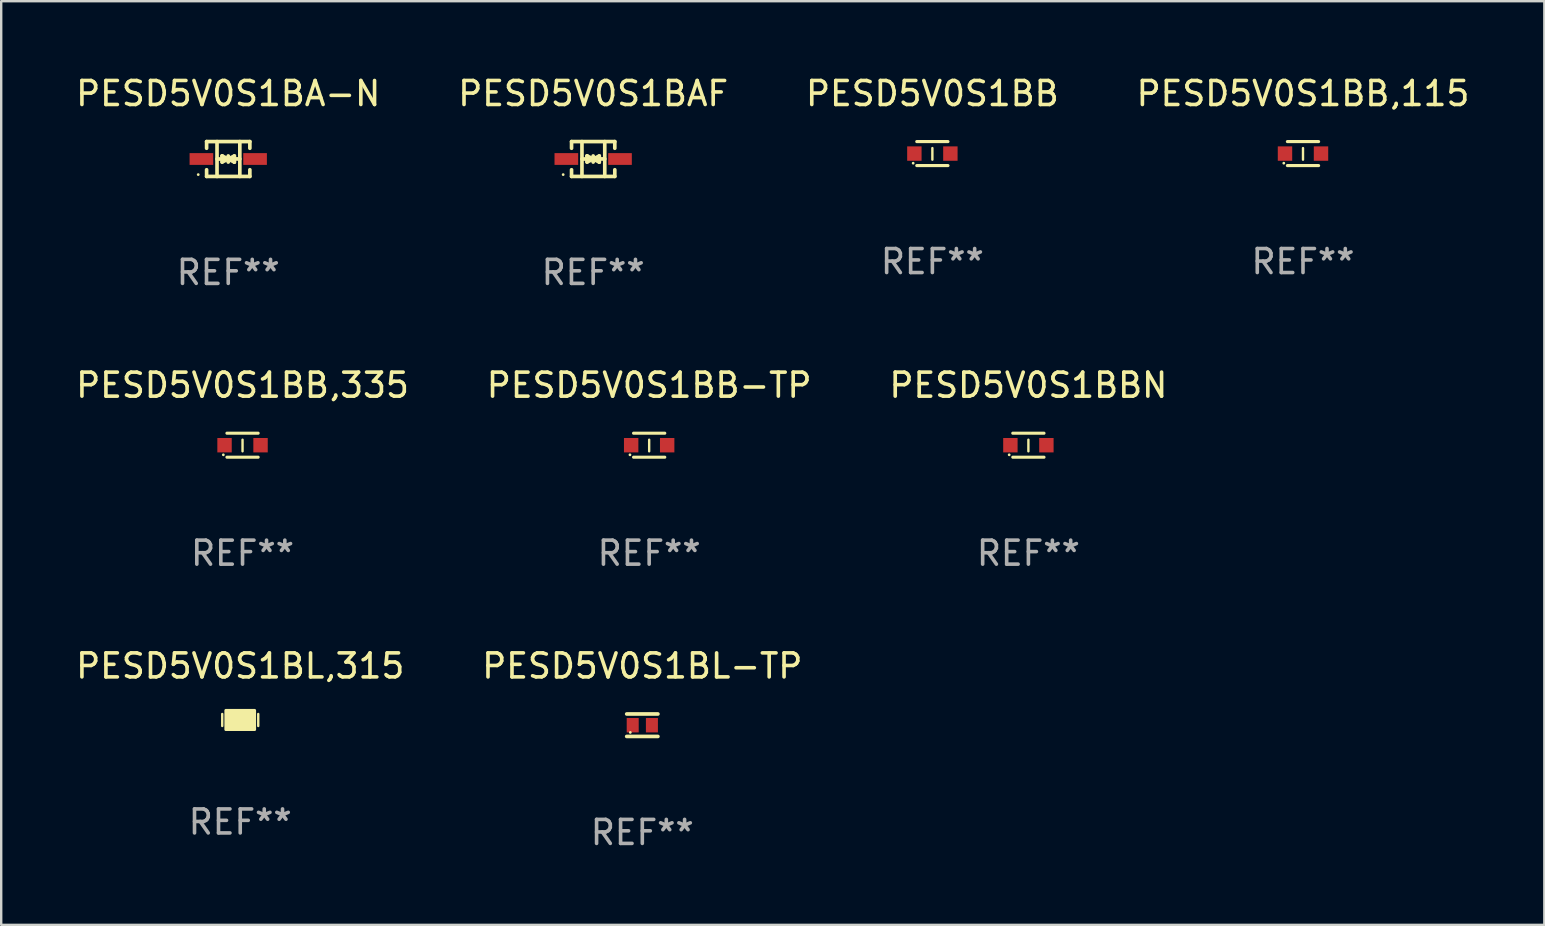
<source format=kicad_pcb>
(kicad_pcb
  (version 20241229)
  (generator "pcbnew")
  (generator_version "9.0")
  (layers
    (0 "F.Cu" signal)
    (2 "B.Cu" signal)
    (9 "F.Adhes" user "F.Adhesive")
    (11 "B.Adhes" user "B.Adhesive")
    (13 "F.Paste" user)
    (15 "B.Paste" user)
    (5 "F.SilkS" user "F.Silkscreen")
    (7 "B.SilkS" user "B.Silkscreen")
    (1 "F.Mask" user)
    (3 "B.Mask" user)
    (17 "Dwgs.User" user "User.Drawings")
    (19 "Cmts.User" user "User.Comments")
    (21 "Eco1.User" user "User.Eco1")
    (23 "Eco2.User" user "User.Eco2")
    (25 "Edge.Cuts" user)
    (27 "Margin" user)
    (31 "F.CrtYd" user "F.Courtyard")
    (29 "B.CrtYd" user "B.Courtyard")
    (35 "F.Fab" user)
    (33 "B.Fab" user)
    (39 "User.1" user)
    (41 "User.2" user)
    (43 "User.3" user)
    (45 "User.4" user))
  (footprint "PESD5V0S1BB,115"
    (layer "F.Cu")
    (at 51.232 3.348)
    (property "Reference" "PESD5V0S1BB,115" (at 0 -2.5 0) (layer "F.SilkS") (effects (font (size 1 1) (thickness 0.15))))
    (attr through_hole)
    (fp_line (start -0.65 -0.5) (end 0.65 -0.5) (stroke (width 0.13) (type solid)) (layer "F.SilkS"))
    (fp_line (start -0.65 0.5) (end 0.65 0.5) (stroke (width 0.13) (type solid)) (layer "F.SilkS"))
    (fp_line (start 0 -0.229) (end 0 0.254) (stroke (width 0.1) (type solid)) (layer "F.SilkS"))
    (fp_circle (center -0.8 0.4) (end -0.77 0.4) (stroke (width 0.06) (type solid)) (fill no) (layer "F.SilkS"))
    (fp_text user "REF**" (at 0 4.5 0) (layer "F.Fab") (effects (font (size 1 1) (thickness 0.15))))
    (pad "1" smd rect (at -0.75 0) (size 0.6 0.6) (layers "F.Cu" "F.Mask" "F.Paste"))
    (pad "2" smd rect (at 0.75 0 180) (size 0.6 0.6) (layers "F.Cu" "F.Mask" "F.Paste")))
  (footprint "PESD5V0S1BL,315"
    (layer "F.Cu")
    (at 6.958 26.944)
    (property "Reference" "PESD5V0S1BL,315" (at 0 -2.25 0) (layer "F.SilkS") (effects (font (size 1 1) (thickness 0.15))))
    (attr through_hole)
    (fp_line (start -0.75 0.25) (end -0.75 -0.25) (stroke (width 0.1) (type solid)) (layer "F.SilkS"))
    (fp_line (start 0.75 -0.25) (end 0.75 0.25) (stroke (width 0.1) (type solid)) (layer "F.SilkS"))
    (fp_circle (center -0.5 0.3) (end -0.47 0.3) (stroke (width 0.06) (type solid)) (fill no) (layer "F.SilkS"))
    (fp_poly (pts (xy -0.6 -0.4) (xy 0.6 -0.4) (xy 0.6 0.4) (xy -0.6 0.4)) (stroke (width 0.12) (type solid)) (fill yes) (layer "F.SilkS"))
    (fp_text user "REF**" (at 0 4.25 0) (layer "F.Fab") (effects (font (size 1 1) (thickness 0.15))))
    (pad "1" smd rect (at -0.325 -0.000013) (size 0.3 0.6) (layers "F.Cu" "F.Mask" "F.Paste"))
    (pad "2" smd rect (at 0.325 -0.000013) (size 0.3 0.6) (layers "F.Cu" "F.Mask" "F.Paste")))
  (footprint "PESD5V0S1BB"
    (layer "F.Cu")
    (at 35.792 3.348)
    (property "Reference" "PESD5V0S1BB" (at 0 -2.5 0) (layer "F.SilkS") (effects (font (size 1 1) (thickness 0.15))))
    (attr through_hole)
    (fp_line (start -0.65 -0.5) (end 0.65 -0.5) (stroke (width 0.13) (type solid)) (layer "F.SilkS"))
    (fp_line (start -0.65 0.5) (end 0.65 0.5) (stroke (width 0.13) (type solid)) (layer "F.SilkS"))
    (fp_line (start 0 -0.229) (end 0 0.254) (stroke (width 0.1) (type solid)) (layer "F.SilkS"))
    (fp_circle (center -0.8 0.4) (end -0.77 0.4) (stroke (width 0.06) (type solid)) (fill no) (layer "F.SilkS"))
    (fp_text user "REF**" (at 0 4.5 0) (layer "F.Fab") (effects (font (size 1 1) (thickness 0.15))))
    (pad "1" smd rect (at -0.75 0) (size 0.6 0.6) (layers "F.Cu" "F.Mask" "F.Paste"))
    (pad "2" smd rect (at 0.75 0 180) (size 0.6 0.6) (layers "F.Cu" "F.Mask" "F.Paste")))
  (footprint "PESD5V0S1BB-TP"
    (layer "F.Cu")
    (at 23.994 15.497)
    (property "Reference" "PESD5V0S1BB-TP" (at 0 -2.5 0) (layer "F.SilkS") (effects (font (size 1 1) (thickness 0.15))))
    (attr through_hole)
    (fp_line (start -0.65 -0.5) (end 0.65 -0.5) (stroke (width 0.13) (type solid)) (layer "F.SilkS"))
    (fp_line (start -0.65 0.5) (end 0.65 0.5) (stroke (width 0.13) (type solid)) (layer "F.SilkS"))
    (fp_line (start 0 -0.229) (end 0 0.254) (stroke (width 0.1) (type solid)) (layer "F.SilkS"))
    (fp_circle (center -0.8 0.4) (end -0.77 0.4) (stroke (width 0.06) (type solid)) (fill no) (layer "F.SilkS"))
    (fp_text user "REF**" (at 0 4.5 0) (layer "F.Fab") (effects (font (size 1 1) (thickness 0.15))))
    (pad "1" smd rect (at -0.75 0) (size 0.6 0.6) (layers "F.Cu" "F.Mask" "F.Paste"))
    (pad "2" smd rect (at 0.75 0 180) (size 0.6 0.6) (layers "F.Cu" "F.Mask" "F.Paste")))
  (footprint "PESD5V0S1BB,335"
    (layer "F.Cu")
    (at 7.054 15.497)
    (property "Reference" "PESD5V0S1BB,335" (at 0 -2.5 0) (layer "F.SilkS") (effects (font (size 1 1) (thickness 0.15))))
    (attr through_hole)
    (fp_line (start -0.65 -0.5) (end 0.65 -0.5) (stroke (width 0.13) (type solid)) (layer "F.SilkS"))
    (fp_line (start -0.65 0.5) (end 0.65 0.5) (stroke (width 0.13) (type solid)) (layer "F.SilkS"))
    (fp_line (start 0 -0.229) (end 0 0.254) (stroke (width 0.1) (type solid)) (layer "F.SilkS"))
    (fp_circle (center -0.8 0.4) (end -0.77 0.4) (stroke (width 0.06) (type solid)) (fill no) (layer "F.SilkS"))
    (fp_text user "REF**" (at 0 4.5 0) (layer "F.Fab") (effects (font (size 1 1) (thickness 0.15))))
    (pad "1" smd rect (at -0.75 0) (size 0.6 0.6) (layers "F.Cu" "F.Mask" "F.Paste"))
    (pad "2" smd rect (at 0.75 0 180) (size 0.6 0.6) (layers "F.Cu" "F.Mask" "F.Paste")))
  (footprint "PESD5V0S1BAF"
    (layer "F.Cu")
    (at 21.661 3.574)
    (property "Reference" "PESD5V0S1BAF" (at 0 -2.726 0) (layer "F.SilkS") (effects (font (size 1 1) (thickness 0.15))))
    (attr through_hole)
    (fp_line (start -0.901 -0.726) (end -0.901 -0.448) (stroke (width 0.152) (type solid)) (layer "F.SilkS"))
    (fp_line (start -0.901 0.726) (end -0.901 0.448) (stroke (width 0.152) (type solid)) (layer "F.SilkS"))
    (fp_line (start -0.467 0) (end 0.483 -0.003) (stroke (width 0.154) (type solid)) (layer "F.SilkS"))
    (fp_line (start -0.467 0.726) (end -0.467 -0.726) (stroke (width 0.152) (type solid)) (layer "F.SilkS"))
    (fp_line (start -0.254 -0.127) (end -0.254 -0.127) (stroke (width 0.154) (type solid)) (layer "F.SilkS"))
    (fp_line (start -0.254 -0.127) (end -0.002 -0.003) (stroke (width 0.154) (type solid)) (layer "F.SilkS"))
    (fp_line (start -0.254 0.127) (end -0.254 -0.127) (stroke (width 0.154) (type solid)) (layer "F.SilkS"))
    (fp_line (start -0.127 0) (end 0.003 0) (stroke (width 0.154) (type solid)) (layer "F.SilkS"))
    (fp_line (start -0.003 0) (end -0.254 0.127) (stroke (width 0.154) (type solid)) (layer "F.SilkS"))
    (fp_line (start 0 -0.127) (end 0 0.127) (stroke (width 0.154) (type solid)) (layer "F.SilkS"))
    (fp_line (start 0.003 0) (end 0.254 -0.127) (stroke (width 0.154) (type solid)) (layer "F.SilkS"))
    (fp_line (start 0.127 0) (end -0.003 0) (stroke (width 0.154) (type solid)) (layer "F.SilkS"))
    (fp_line (start 0.254 -0.127) (end 0.254 0.127) (stroke (width 0.154) (type solid)) (layer "F.SilkS"))
    (fp_line (start 0.254 0.127) (end 0.002 0.003) (stroke (width 0.154) (type solid)) (layer "F.SilkS"))
    (fp_line (start 0.254 0.127) (end 0.254 0.127) (stroke (width 0.154) (type solid)) (layer "F.SilkS"))
    (fp_line (start 0.483 0.726) (end 0.483 -0.726) (stroke (width 0.152) (type solid)) (layer "F.SilkS"))
    (fp_line (start 0.901 -0.726) (end -0.901 -0.726) (stroke (width 0.152) (type solid)) (layer "F.SilkS"))
    (fp_line (start 0.901 -0.726) (end 0.901 -0.448) (stroke (width 0.152) (type solid)) (layer "F.SilkS"))
    (fp_line (start 0.901 0.726) (end -0.901 0.726) (stroke (width 0.152) (type solid)) (layer "F.SilkS"))
    (fp_line (start 0.901 0.726) (end 0.901 0.448) (stroke (width 0.152) (type solid)) (layer "F.SilkS"))
    (fp_circle (center -1.25 0.65) (end -1.22 0.65) (stroke (width 0.06) (type solid)) (fill no) (layer "F.SilkS"))
    (fp_text user "REF**" (at 0 4.726 0) (layer "F.Fab") (effects (font (size 1 1) (thickness 0.15))))
    (pad "1" smd rect (at -1.118 0) (size 0.985 0.49) (layers "F.Cu" "F.Mask" "F.Paste"))
    (pad "2" smd rect (at 1.118 0) (size 0.985 0.49) (layers "F.Cu" "F.Mask" "F.Paste")))
  (footprint "PESD5V0S1BBN"
    (layer "F.Cu")
    (at 39.792 15.497)
    (property "Reference" "PESD5V0S1BBN" (at 0 -2.5 0) (layer "F.SilkS") (effects (font (size 1 1) (thickness 0.15))))
    (attr through_hole)
    (fp_line (start -0.65 -0.5) (end 0.65 -0.5) (stroke (width 0.13) (type solid)) (layer "F.SilkS"))
    (fp_line (start -0.65 0.5) (end 0.65 0.5) (stroke (width 0.13) (type solid)) (layer "F.SilkS"))
    (fp_line (start 0 -0.229) (end 0 0.254) (stroke (width 0.1) (type solid)) (layer "F.SilkS"))
    (fp_circle (center -0.8 0.4) (end -0.77 0.4) (stroke (width 0.06) (type solid)) (fill no) (layer "F.SilkS"))
    (fp_text user "REF**" (at 0 4.5 0) (layer "F.Fab") (effects (font (size 1 1) (thickness 0.15))))
    (pad "1" smd rect (at -0.75 0) (size 0.6 0.6) (layers "F.Cu" "F.Mask" "F.Paste"))
    (pad "2" smd rect (at 0.75 0 180) (size 0.6 0.6) (layers "F.Cu" "F.Mask" "F.Paste")))
  (footprint "PESD5V0S1BL-TP"
    (layer "F.Cu")
    (at 23.708 27.162)
    (property "Reference" "PESD5V0S1BL-TP" (at 0 -2.468 0) (layer "F.SilkS") (effects (font (size 1 1) (thickness 0.15))))
    (attr through_hole)
    (fp_line (start -0.65 -0.468) (end 0.65 -0.468) (stroke (width 0.152) (type solid)) (layer "F.SilkS"))
    (fp_line (start 0.65 0.468) (end -0.65 0.468) (stroke (width 0.152) (type solid)) (layer "F.SilkS"))
    (fp_circle (center -0.5 0.3) (end -0.47 0.3) (stroke (width 0.06) (type solid)) (fill no) (layer "F.SilkS"))
    (fp_text user "REF**" (at 0 4.468 0) (layer "F.Fab") (effects (font (size 1 1) (thickness 0.15))))
    (pad "1" smd rect (at -0.4 0) (size 0.5 0.6) (layers "F.Cu" "F.Mask" "F.Paste"))
    (pad "2" smd rect (at 0.4 0) (size 0.5 0.6) (layers "F.Cu" "F.Mask" "F.Paste")))
  (footprint "PESD5V0S1BA-N"
    (layer "F.Cu")
    (at 6.458 3.574)
    (property "Reference" "PESD5V0S1BA-N" (at 0 -2.726 0) (layer "F.SilkS") (effects (font (size 1 1) (thickness 0.15))))
    (attr through_hole)
    (fp_line (start -0.901 -0.726) (end -0.901 -0.448) (stroke (width 0.152) (type solid)) (layer "F.SilkS"))
    (fp_line (start -0.901 0.726) (end -0.901 0.448) (stroke (width 0.152) (type solid)) (layer "F.SilkS"))
    (fp_line (start -0.467 0) (end 0.483 -0.003) (stroke (width 0.154) (type solid)) (layer "F.SilkS"))
    (fp_line (start -0.467 0.726) (end -0.467 -0.726) (stroke (width 0.152) (type solid)) (layer "F.SilkS"))
    (fp_line (start -0.254 -0.127) (end -0.254 -0.127) (stroke (width 0.154) (type solid)) (layer "F.SilkS"))
    (fp_line (start -0.254 -0.127) (end -0.002 -0.003) (stroke (width 0.154) (type solid)) (layer "F.SilkS"))
    (fp_line (start -0.254 0.127) (end -0.254 -0.127) (stroke (width 0.154) (type solid)) (layer "F.SilkS"))
    (fp_line (start -0.127 0) (end 0.003 0) (stroke (width 0.154) (type solid)) (layer "F.SilkS"))
    (fp_line (start -0.003 0) (end -0.254 0.127) (stroke (width 0.154) (type solid)) (layer "F.SilkS"))
    (fp_line (start 0 -0.127) (end 0 0.127) (stroke (width 0.154) (type solid)) (layer "F.SilkS"))
    (fp_line (start 0.003 0) (end 0.254 -0.127) (stroke (width 0.154) (type solid)) (layer "F.SilkS"))
    (fp_line (start 0.127 0) (end -0.003 0) (stroke (width 0.154) (type solid)) (layer "F.SilkS"))
    (fp_line (start 0.254 -0.127) (end 0.254 0.127) (stroke (width 0.154) (type solid)) (layer "F.SilkS"))
    (fp_line (start 0.254 0.127) (end 0.002 0.003) (stroke (width 0.154) (type solid)) (layer "F.SilkS"))
    (fp_line (start 0.254 0.127) (end 0.254 0.127) (stroke (width 0.154) (type solid)) (layer "F.SilkS"))
    (fp_line (start 0.483 0.726) (end 0.483 -0.726) (stroke (width 0.152) (type solid)) (layer "F.SilkS"))
    (fp_line (start 0.901 -0.726) (end -0.901 -0.726) (stroke (width 0.152) (type solid)) (layer "F.SilkS"))
    (fp_line (start 0.901 -0.726) (end 0.901 -0.448) (stroke (width 0.152) (type solid)) (layer "F.SilkS"))
    (fp_line (start 0.901 0.726) (end -0.901 0.726) (stroke (width 0.152) (type solid)) (layer "F.SilkS"))
    (fp_line (start 0.901 0.726) (end 0.901 0.448) (stroke (width 0.152) (type solid)) (layer "F.SilkS"))
    (fp_circle (center -1.25 0.65) (end -1.22 0.65) (stroke (width 0.06) (type solid)) (fill no) (layer "F.SilkS"))
    (fp_text user "REF**" (at 0 4.726 0) (layer "F.Fab") (effects (font (size 1 1) (thickness 0.15))))
    (pad "1" smd rect (at -1.118 0) (size 0.985 0.49) (layers "F.Cu" "F.Mask" "F.Paste"))
    (pad "2" smd rect (at 1.118 0) (size 0.985 0.49) (layers "F.Cu" "F.Mask" "F.Paste")))
  (gr_rect
    (start -3 -3)
    (end 61.286 35.478)
    (stroke (width 0.1) (type default))
    (fill no)
    (layer "Edge.Cuts")))
</source>
